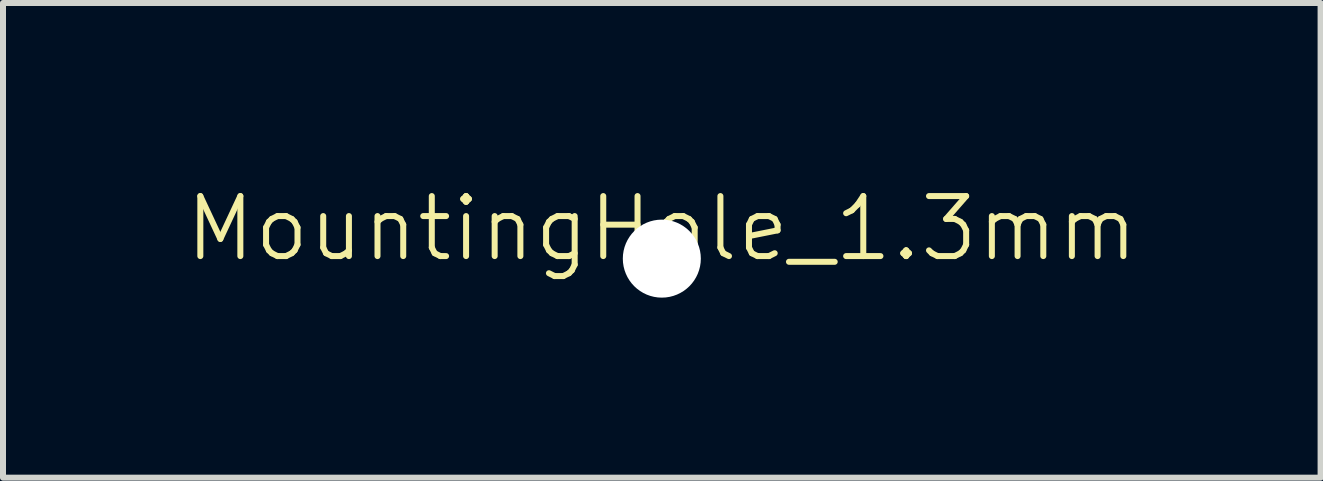
<source format=kicad_pcb>
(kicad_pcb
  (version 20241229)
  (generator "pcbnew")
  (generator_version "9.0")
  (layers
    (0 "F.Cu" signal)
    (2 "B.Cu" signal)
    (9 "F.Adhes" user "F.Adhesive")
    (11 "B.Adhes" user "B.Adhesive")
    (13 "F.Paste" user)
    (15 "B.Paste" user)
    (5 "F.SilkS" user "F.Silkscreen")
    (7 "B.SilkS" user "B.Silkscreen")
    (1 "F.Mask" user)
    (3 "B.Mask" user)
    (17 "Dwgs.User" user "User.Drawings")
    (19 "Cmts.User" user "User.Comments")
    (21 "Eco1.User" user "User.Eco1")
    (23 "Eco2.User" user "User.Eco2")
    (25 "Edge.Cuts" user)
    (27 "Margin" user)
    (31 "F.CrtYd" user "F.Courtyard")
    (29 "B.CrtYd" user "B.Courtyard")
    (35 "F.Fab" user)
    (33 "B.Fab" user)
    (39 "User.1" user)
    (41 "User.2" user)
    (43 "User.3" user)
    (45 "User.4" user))
  (footprint "MountingHole_1.3mm"
    (layer "F.Cu")
    (at 7.979 1.26)
    (property "Reference" "MountingHole_1.3mm" (at 0 -0.5 0) (unlocked yes) (layer "F.SilkS") (effects (font (size 1 1) (thickness 0.1))))
    (attr smd)
    (pad "" np_thru_hole circle (at 0 0) (size 1.3 1.3) (drill 1.3) (layers "*.Cu" "*.Mask")))
  (gr_rect
    (start -3 -3)
    (end 18.957 4.91)
    (stroke (width 0.1) (type default))
    (fill no)
    (layer "Edge.Cuts")))
</source>
